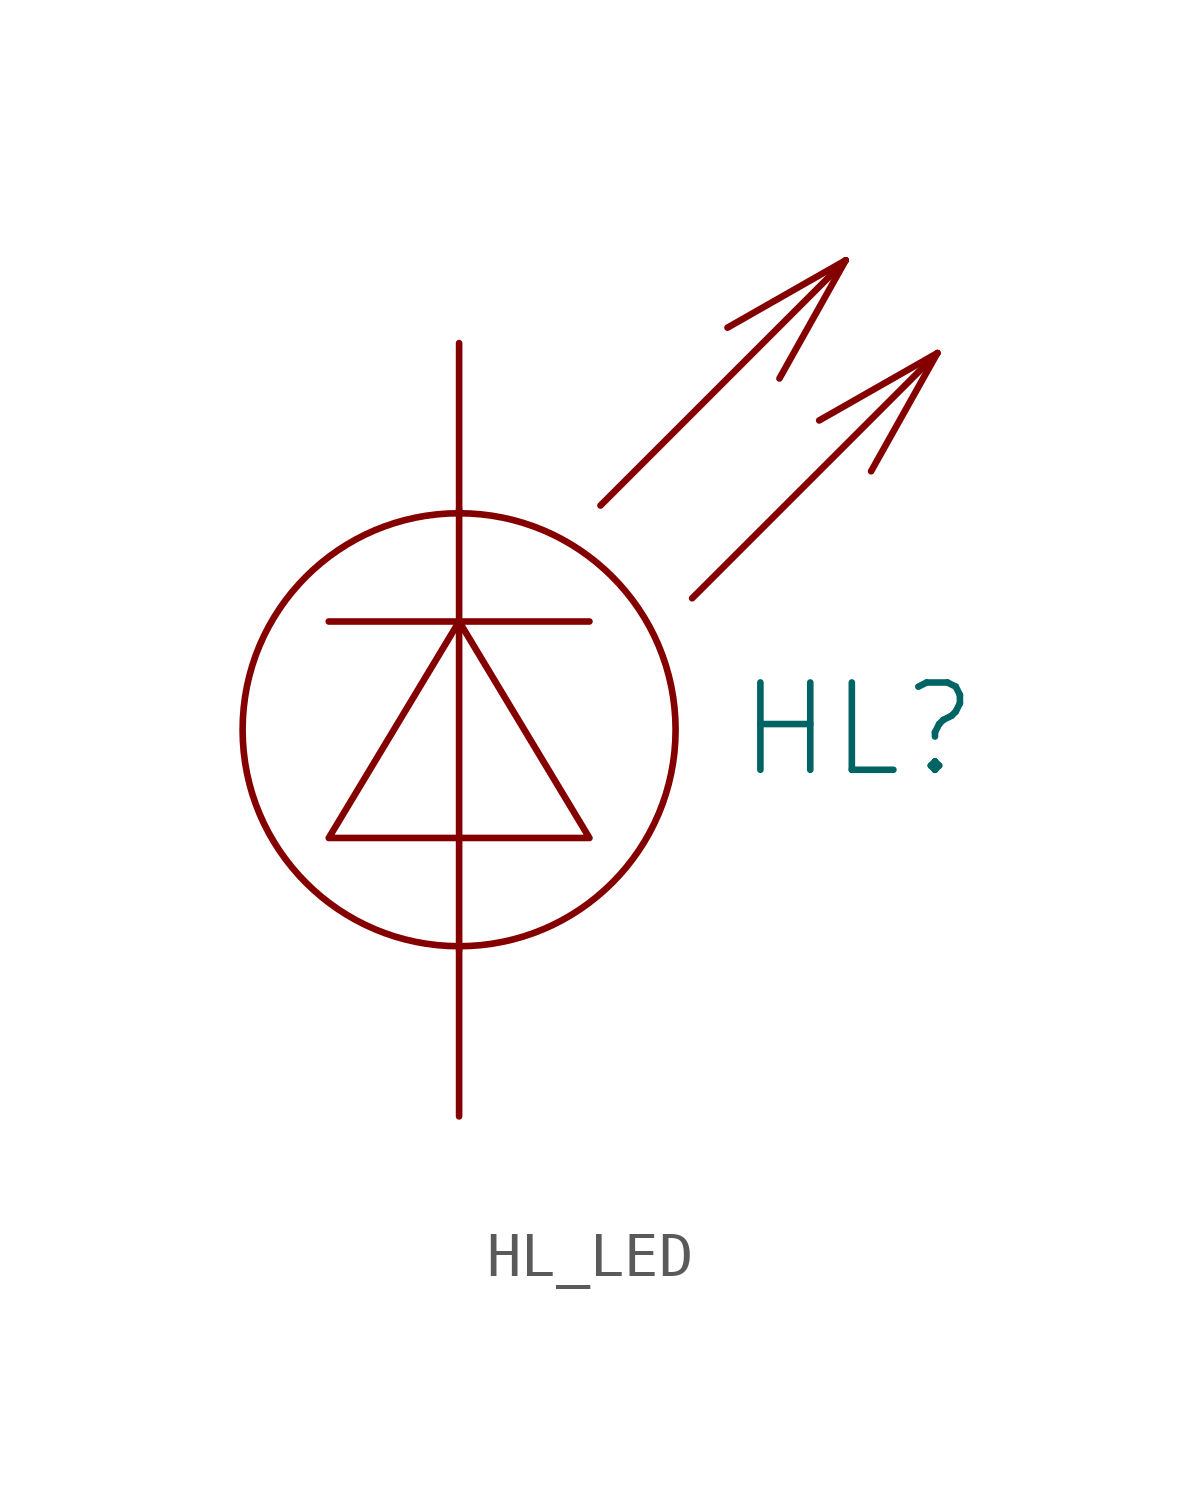
<source format=kicad_sym>
(kicad_symbol_lib
  (version 20231120)
  (generator "kicad_symbol_editor")
  (generator_version "8.0")
  (symbol "HL_LED"
    (pin_numbers hide)
    (pin_names
      (offset 0) hide)
    (property "Reference" "HL"
      (at 6.35 0 0)
      (effects (font (size 2.007 2.007)) (justify left)))
    (symbol "HL_LED_0_1"
      (polyline (pts (xy -2.997 2.489) (xy 2.997 2.489)) (stroke (width 0) (type solid)) (fill (type none)))
      (polyline (pts (xy 0 5.08) (xy 0 -5.08)) (stroke (width 0) (type solid)) (fill (type none)))
      (polyline (pts (xy 6.172 9.246) (xy 8.89 10.795)) (stroke (width 0) (type solid)) (fill (type none)))
      (polyline (pts (xy 8.28 7.112) (xy 10.998 8.661)) (stroke (width 0) (type solid)) (fill (type none)))
      (polyline (pts (xy 8.89 10.795) (xy 3.251 5.156)) (stroke (width 0) (type solid)) (fill (type none)))
      (polyline (pts (xy 8.89 10.795) (xy 7.366 8.077)) (stroke (width 0) (type solid)) (fill (type none)))
      (polyline (pts (xy 10.998 8.661) (xy 5.359 3.023)) (stroke (width 0) (type solid)) (fill (type none)))
      (polyline (pts (xy 10.998 8.661) (xy 9.474 5.944)) (stroke (width 0) (type solid)) (fill (type none)))
      (polyline (pts (xy 0 2.489) (xy -2.997 -2.489) (xy 2.997 -2.489) (xy 0 2.489)) (stroke (width 0) (type solid)) (fill (type none)))
      (circle (center 0 0) (radius 4.978) (stroke (width 0) (type solid)) (fill (type none))))
    (symbol "HL_LED_1_1"
      (pin passive line (at 0 8.89 270) (length 3.81) (name "K" (effects (font (size 2.007 2.007)))) (number "1" (effects (font (size 2.007 2.007)))))
      (pin passive line (at 0 -8.89 90) (length 3.81) (name "A" (effects (font (size 2.007 2.007)))) (number "2" (effects (font (size 2.007 2.007))))))))
</source>
